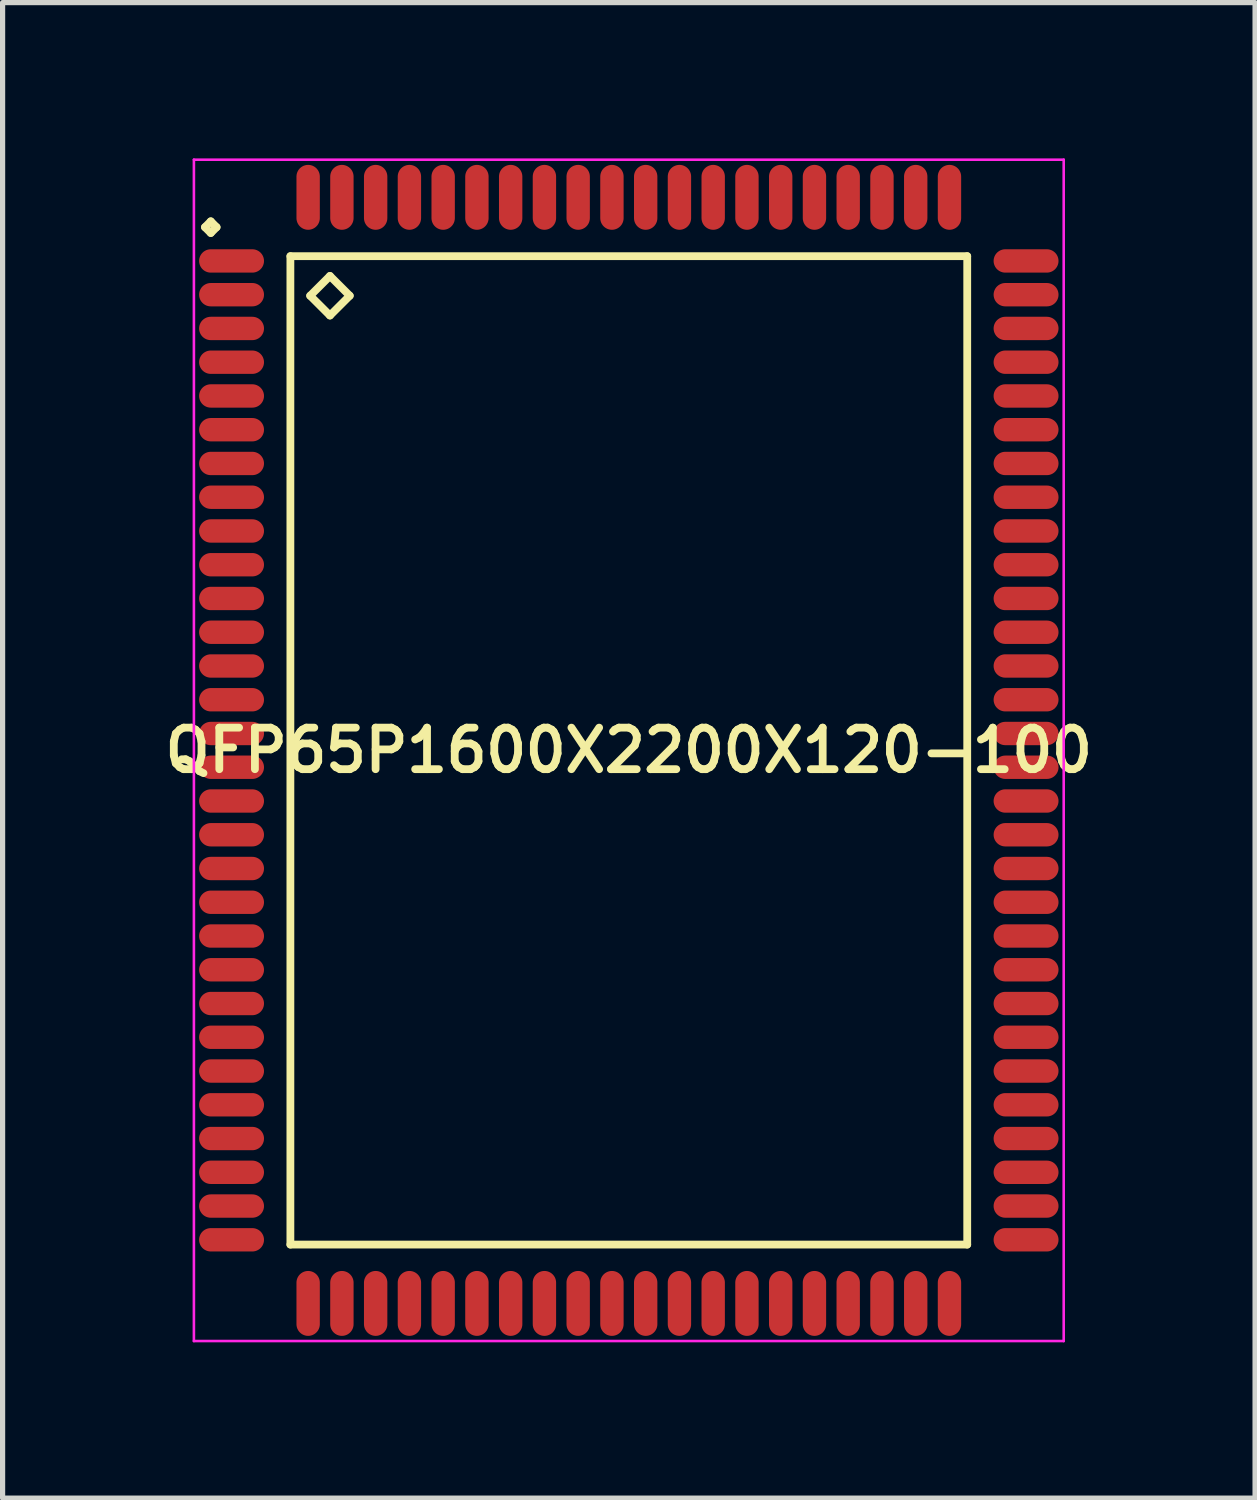
<source format=kicad_pcb>
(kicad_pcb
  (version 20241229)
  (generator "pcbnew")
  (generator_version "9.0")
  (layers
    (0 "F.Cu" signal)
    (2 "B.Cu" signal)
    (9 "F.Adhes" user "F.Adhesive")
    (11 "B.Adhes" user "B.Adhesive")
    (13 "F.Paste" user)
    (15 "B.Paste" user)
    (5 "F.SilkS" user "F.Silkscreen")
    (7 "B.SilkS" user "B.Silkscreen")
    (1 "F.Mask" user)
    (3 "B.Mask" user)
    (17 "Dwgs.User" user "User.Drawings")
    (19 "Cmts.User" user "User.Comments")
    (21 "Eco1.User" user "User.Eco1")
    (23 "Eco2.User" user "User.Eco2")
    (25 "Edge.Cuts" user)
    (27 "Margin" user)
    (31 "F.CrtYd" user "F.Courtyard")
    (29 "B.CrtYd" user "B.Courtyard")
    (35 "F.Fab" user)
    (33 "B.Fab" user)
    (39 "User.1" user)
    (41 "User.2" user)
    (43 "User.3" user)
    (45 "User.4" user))
  (footprint "QFP65P1600X2200X120-100"
    (layer "F.Cu")
    (at 9.059 11.4)
    (property "Reference" "QFP65P1600X2200X120-100" (at 0 0 0) (layer "F.SilkS") (effects (font (size 0.8 0.8) (thickness 0.15))))
    (attr smd)
    (fp_line (start -8.162 -10.075) (end -8.05 -10.188) (stroke (width 0.15) (type solid)) (layer "F.SilkS"))
    (fp_line (start -8.05 -10.188) (end -7.938 -10.075) (stroke (width 0.15) (type solid)) (layer "F.SilkS"))
    (fp_line (start -8.05 -9.963) (end -8.162 -10.075) (stroke (width 0.15) (type solid)) (layer "F.SilkS"))
    (fp_line (start -7.938 -10.075) (end -8.05 -9.963) (stroke (width 0.15) (type solid)) (layer "F.SilkS"))
    (fp_line (start -6.517 -9.517) (end -6.517 9.517) (stroke (width 0.15) (type solid)) (layer "F.SilkS"))
    (fp_line (start -6.517 9.517) (end 6.517 9.517) (stroke (width 0.15) (type solid)) (layer "F.SilkS"))
    (fp_line (start -6.136 -8.755) (end -5.755 -9.136) (stroke (width 0.15) (type solid)) (layer "F.SilkS"))
    (fp_line (start -5.755 -9.136) (end -5.374 -8.755) (stroke (width 0.15) (type solid)) (layer "F.SilkS"))
    (fp_line (start -5.755 -8.374) (end -6.136 -8.755) (stroke (width 0.15) (type solid)) (layer "F.SilkS"))
    (fp_line (start -5.374 -8.755) (end -5.755 -8.374) (stroke (width 0.15) (type solid)) (layer "F.SilkS"))
    (fp_line (start 6.517 -9.517) (end -6.517 -9.517) (stroke (width 0.15) (type solid)) (layer "F.SilkS"))
    (fp_line (start 6.517 9.517) (end 6.517 -9.517) (stroke (width 0.15) (type solid)) (layer "F.SilkS"))
    (fp_line (start -8.375 -11.375) (end 8.375 -11.375) (stroke (width 0.05) (type solid)) (layer "F.CrtYd"))
    (fp_line (start -8.375 11.375) (end -8.375 -11.375) (stroke (width 0.05) (type solid)) (layer "F.CrtYd"))
    (fp_line (start 8.375 -11.375) (end 8.375 11.375) (stroke (width 0.05) (type solid)) (layer "F.CrtYd"))
    (fp_line (start 8.375 11.375) (end -8.375 11.375) (stroke (width 0.05) (type solid)) (layer "F.CrtYd"))
    (pad "1" smd oval (at -7.65 -9.425) (size 1.25 0.45) (layers "F.Cu" "F.Mask" "F.Paste"))
    (pad "2" smd oval (at -7.65 -8.775) (size 1.25 0.45) (layers "F.Cu" "F.Mask" "F.Paste"))
    (pad "3" smd oval (at -7.65 -8.125) (size 1.25 0.45) (layers "F.Cu" "F.Mask" "F.Paste"))
    (pad "4" smd oval (at -7.65 -7.475) (size 1.25 0.45) (layers "F.Cu" "F.Mask" "F.Paste"))
    (pad "5" smd oval (at -7.65 -6.825) (size 1.25 0.45) (layers "F.Cu" "F.Mask" "F.Paste"))
    (pad "6" smd oval (at -7.65 -6.175) (size 1.25 0.45) (layers "F.Cu" "F.Mask" "F.Paste"))
    (pad "7" smd oval (at -7.65 -5.525) (size 1.25 0.45) (layers "F.Cu" "F.Mask" "F.Paste"))
    (pad "8" smd oval (at -7.65 -4.875) (size 1.25 0.45) (layers "F.Cu" "F.Mask" "F.Paste"))
    (pad "9" smd oval (at -7.65 -4.225) (size 1.25 0.45) (layers "F.Cu" "F.Mask" "F.Paste"))
    (pad "10" smd oval (at -7.65 -3.575) (size 1.25 0.45) (layers "F.Cu" "F.Mask" "F.Paste"))
    (pad "11" smd oval (at -7.65 -2.925) (size 1.25 0.45) (layers "F.Cu" "F.Mask" "F.Paste"))
    (pad "12" smd oval (at -7.65 -2.275) (size 1.25 0.45) (layers "F.Cu" "F.Mask" "F.Paste"))
    (pad "13" smd oval (at -7.65 -1.625) (size 1.25 0.45) (layers "F.Cu" "F.Mask" "F.Paste"))
    (pad "14" smd oval (at -7.65 -0.975) (size 1.25 0.45) (layers "F.Cu" "F.Mask" "F.Paste"))
    (pad "15" smd oval (at -7.65 -0.325) (size 1.25 0.45) (layers "F.Cu" "F.Mask" "F.Paste"))
    (pad "16" smd oval (at -7.65 0.325) (size 1.25 0.45) (layers "F.Cu" "F.Mask" "F.Paste"))
    (pad "17" smd oval (at -7.65 0.975) (size 1.25 0.45) (layers "F.Cu" "F.Mask" "F.Paste"))
    (pad "18" smd oval (at -7.65 1.625) (size 1.25 0.45) (layers "F.Cu" "F.Mask" "F.Paste"))
    (pad "19" smd oval (at -7.65 2.275) (size 1.25 0.45) (layers "F.Cu" "F.Mask" "F.Paste"))
    (pad "20" smd oval (at -7.65 2.925) (size 1.25 0.45) (layers "F.Cu" "F.Mask" "F.Paste"))
    (pad "21" smd oval (at -7.65 3.575) (size 1.25 0.45) (layers "F.Cu" "F.Mask" "F.Paste"))
    (pad "22" smd oval (at -7.65 4.225) (size 1.25 0.45) (layers "F.Cu" "F.Mask" "F.Paste"))
    (pad "23" smd oval (at -7.65 4.875) (size 1.25 0.45) (layers "F.Cu" "F.Mask" "F.Paste"))
    (pad "24" smd oval (at -7.65 5.525) (size 1.25 0.45) (layers "F.Cu" "F.Mask" "F.Paste"))
    (pad "25" smd oval (at -7.65 6.175) (size 1.25 0.45) (layers "F.Cu" "F.Mask" "F.Paste"))
    (pad "26" smd oval (at -7.65 6.825) (size 1.25 0.45) (layers "F.Cu" "F.Mask" "F.Paste"))
    (pad "27" smd oval (at -7.65 7.475) (size 1.25 0.45) (layers "F.Cu" "F.Mask" "F.Paste"))
    (pad "28" smd oval (at -7.65 8.125) (size 1.25 0.45) (layers "F.Cu" "F.Mask" "F.Paste"))
    (pad "29" smd oval (at -7.65 8.775) (size 1.25 0.45) (layers "F.Cu" "F.Mask" "F.Paste"))
    (pad "30" smd oval (at -7.65 9.425) (size 1.25 0.45) (layers "F.Cu" "F.Mask" "F.Paste"))
    (pad "31" smd oval (at -6.175 10.65) (size 0.45 1.25) (layers "F.Cu" "F.Mask" "F.Paste"))
    (pad "32" smd oval (at -5.525 10.65) (size 0.45 1.25) (layers "F.Cu" "F.Mask" "F.Paste"))
    (pad "33" smd oval (at -4.875 10.65) (size 0.45 1.25) (layers "F.Cu" "F.Mask" "F.Paste"))
    (pad "34" smd oval (at -4.225 10.65) (size 0.45 1.25) (layers "F.Cu" "F.Mask" "F.Paste"))
    (pad "35" smd oval (at -3.575 10.65) (size 0.45 1.25) (layers "F.Cu" "F.Mask" "F.Paste"))
    (pad "36" smd oval (at -2.925 10.65) (size 0.45 1.25) (layers "F.Cu" "F.Mask" "F.Paste"))
    (pad "37" smd oval (at -2.275 10.65) (size 0.45 1.25) (layers "F.Cu" "F.Mask" "F.Paste"))
    (pad "38" smd oval (at -1.625 10.65) (size 0.45 1.25) (layers "F.Cu" "F.Mask" "F.Paste"))
    (pad "39" smd oval (at -0.975 10.65) (size 0.45 1.25) (layers "F.Cu" "F.Mask" "F.Paste"))
    (pad "40" smd oval (at -0.325 10.65) (size 0.45 1.25) (layers "F.Cu" "F.Mask" "F.Paste"))
    (pad "41" smd oval (at 0.325 10.65) (size 0.45 1.25) (layers "F.Cu" "F.Mask" "F.Paste"))
    (pad "42" smd oval (at 0.975 10.65) (size 0.45 1.25) (layers "F.Cu" "F.Mask" "F.Paste"))
    (pad "43" smd oval (at 1.625 10.65) (size 0.45 1.25) (layers "F.Cu" "F.Mask" "F.Paste"))
    (pad "44" smd oval (at 2.275 10.65) (size 0.45 1.25) (layers "F.Cu" "F.Mask" "F.Paste"))
    (pad "45" smd oval (at 2.925 10.65) (size 0.45 1.25) (layers "F.Cu" "F.Mask" "F.Paste"))
    (pad "46" smd oval (at 3.575 10.65) (size 0.45 1.25) (layers "F.Cu" "F.Mask" "F.Paste"))
    (pad "47" smd oval (at 4.225 10.65) (size 0.45 1.25) (layers "F.Cu" "F.Mask" "F.Paste"))
    (pad "48" smd oval (at 4.875 10.65) (size 0.45 1.25) (layers "F.Cu" "F.Mask" "F.Paste"))
    (pad "49" smd oval (at 5.525 10.65) (size 0.45 1.25) (layers "F.Cu" "F.Mask" "F.Paste"))
    (pad "50" smd oval (at 6.175 10.65) (size 0.45 1.25) (layers "F.Cu" "F.Mask" "F.Paste"))
    (pad "51" smd oval (at 7.65 9.425) (size 1.25 0.45) (layers "F.Cu" "F.Mask" "F.Paste"))
    (pad "52" smd oval (at 7.65 8.775) (size 1.25 0.45) (layers "F.Cu" "F.Mask" "F.Paste"))
    (pad "53" smd oval (at 7.65 8.125) (size 1.25 0.45) (layers "F.Cu" "F.Mask" "F.Paste"))
    (pad "54" smd oval (at 7.65 7.475) (size 1.25 0.45) (layers "F.Cu" "F.Mask" "F.Paste"))
    (pad "55" smd oval (at 7.65 6.825) (size 1.25 0.45) (layers "F.Cu" "F.Mask" "F.Paste"))
    (pad "56" smd oval (at 7.65 6.175) (size 1.25 0.45) (layers "F.Cu" "F.Mask" "F.Paste"))
    (pad "57" smd oval (at 7.65 5.525) (size 1.25 0.45) (layers "F.Cu" "F.Mask" "F.Paste"))
    (pad "58" smd oval (at 7.65 4.875) (size 1.25 0.45) (layers "F.Cu" "F.Mask" "F.Paste"))
    (pad "59" smd oval (at 7.65 4.225) (size 1.25 0.45) (layers "F.Cu" "F.Mask" "F.Paste"))
    (pad "60" smd oval (at 7.65 3.575) (size 1.25 0.45) (layers "F.Cu" "F.Mask" "F.Paste"))
    (pad "61" smd oval (at 7.65 2.925) (size 1.25 0.45) (layers "F.Cu" "F.Mask" "F.Paste"))
    (pad "62" smd oval (at 7.65 2.275) (size 1.25 0.45) (layers "F.Cu" "F.Mask" "F.Paste"))
    (pad "63" smd oval (at 7.65 1.625) (size 1.25 0.45) (layers "F.Cu" "F.Mask" "F.Paste"))
    (pad "64" smd oval (at 7.65 0.975) (size 1.25 0.45) (layers "F.Cu" "F.Mask" "F.Paste"))
    (pad "65" smd oval (at 7.65 0.325) (size 1.25 0.45) (layers "F.Cu" "F.Mask" "F.Paste"))
    (pad "66" smd oval (at 7.65 -0.325) (size 1.25 0.45) (layers "F.Cu" "F.Mask" "F.Paste"))
    (pad "67" smd oval (at 7.65 -0.975) (size 1.25 0.45) (layers "F.Cu" "F.Mask" "F.Paste"))
    (pad "68" smd oval (at 7.65 -1.625) (size 1.25 0.45) (layers "F.Cu" "F.Mask" "F.Paste"))
    (pad "69" smd oval (at 7.65 -2.275) (size 1.25 0.45) (layers "F.Cu" "F.Mask" "F.Paste"))
    (pad "70" smd oval (at 7.65 -2.925) (size 1.25 0.45) (layers "F.Cu" "F.Mask" "F.Paste"))
    (pad "71" smd oval (at 7.65 -3.575) (size 1.25 0.45) (layers "F.Cu" "F.Mask" "F.Paste"))
    (pad "72" smd oval (at 7.65 -4.225) (size 1.25 0.45) (layers "F.Cu" "F.Mask" "F.Paste"))
    (pad "73" smd oval (at 7.65 -4.875) (size 1.25 0.45) (layers "F.Cu" "F.Mask" "F.Paste"))
    (pad "74" smd oval (at 7.65 -5.525) (size 1.25 0.45) (layers "F.Cu" "F.Mask" "F.Paste"))
    (pad "75" smd oval (at 7.65 -6.175) (size 1.25 0.45) (layers "F.Cu" "F.Mask" "F.Paste"))
    (pad "76" smd oval (at 7.65 -6.825) (size 1.25 0.45) (layers "F.Cu" "F.Mask" "F.Paste"))
    (pad "77" smd oval (at 7.65 -7.475) (size 1.25 0.45) (layers "F.Cu" "F.Mask" "F.Paste"))
    (pad "78" smd oval (at 7.65 -8.125) (size 1.25 0.45) (layers "F.Cu" "F.Mask" "F.Paste"))
    (pad "79" smd oval (at 7.65 -8.775) (size 1.25 0.45) (layers "F.Cu" "F.Mask" "F.Paste"))
    (pad "80" smd oval (at 7.65 -9.425) (size 1.25 0.45) (layers "F.Cu" "F.Mask" "F.Paste"))
    (pad "81" smd oval (at 6.175 -10.65) (size 0.45 1.25) (layers "F.Cu" "F.Mask" "F.Paste"))
    (pad "82" smd oval (at 5.525 -10.65) (size 0.45 1.25) (layers "F.Cu" "F.Mask" "F.Paste"))
    (pad "83" smd oval (at 4.875 -10.65) (size 0.45 1.25) (layers "F.Cu" "F.Mask" "F.Paste"))
    (pad "84" smd oval (at 4.225 -10.65) (size 0.45 1.25) (layers "F.Cu" "F.Mask" "F.Paste"))
    (pad "85" smd oval (at 3.575 -10.65) (size 0.45 1.25) (layers "F.Cu" "F.Mask" "F.Paste"))
    (pad "86" smd oval (at 2.925 -10.65) (size 0.45 1.25) (layers "F.Cu" "F.Mask" "F.Paste"))
    (pad "87" smd oval (at 2.275 -10.65) (size 0.45 1.25) (layers "F.Cu" "F.Mask" "F.Paste"))
    (pad "88" smd oval (at 1.625 -10.65) (size 0.45 1.25) (layers "F.Cu" "F.Mask" "F.Paste"))
    (pad "89" smd oval (at 0.975 -10.65) (size 0.45 1.25) (layers "F.Cu" "F.Mask" "F.Paste"))
    (pad "90" smd oval (at 0.325 -10.65) (size 0.45 1.25) (layers "F.Cu" "F.Mask" "F.Paste"))
    (pad "91" smd oval (at -0.325 -10.65) (size 0.45 1.25) (layers "F.Cu" "F.Mask" "F.Paste"))
    (pad "92" smd oval (at -0.975 -10.65) (size 0.45 1.25) (layers "F.Cu" "F.Mask" "F.Paste"))
    (pad "93" smd oval (at -1.625 -10.65) (size 0.45 1.25) (layers "F.Cu" "F.Mask" "F.Paste"))
    (pad "94" smd oval (at -2.275 -10.65) (size 0.45 1.25) (layers "F.Cu" "F.Mask" "F.Paste"))
    (pad "95" smd oval (at -2.925 -10.65) (size 0.45 1.25) (layers "F.Cu" "F.Mask" "F.Paste"))
    (pad "96" smd oval (at -3.575 -10.65) (size 0.45 1.25) (layers "F.Cu" "F.Mask" "F.Paste"))
    (pad "97" smd oval (at -4.225 -10.65) (size 0.45 1.25) (layers "F.Cu" "F.Mask" "F.Paste"))
    (pad "98" smd oval (at -4.875 -10.65) (size 0.45 1.25) (layers "F.Cu" "F.Mask" "F.Paste"))
    (pad "99" smd oval (at -5.525 -10.65) (size 0.45 1.25) (layers "F.Cu" "F.Mask" "F.Paste"))
    (pad "100" smd oval (at -6.175 -10.65) (size 0.45 1.25) (layers "F.Cu" "F.Mask" "F.Paste")))
  (gr_rect
    (start -3 -3)
    (end 21.119 25.8)
    (stroke (width 0.1) (type default))
    (fill no)
    (layer "Edge.Cuts")))
</source>
